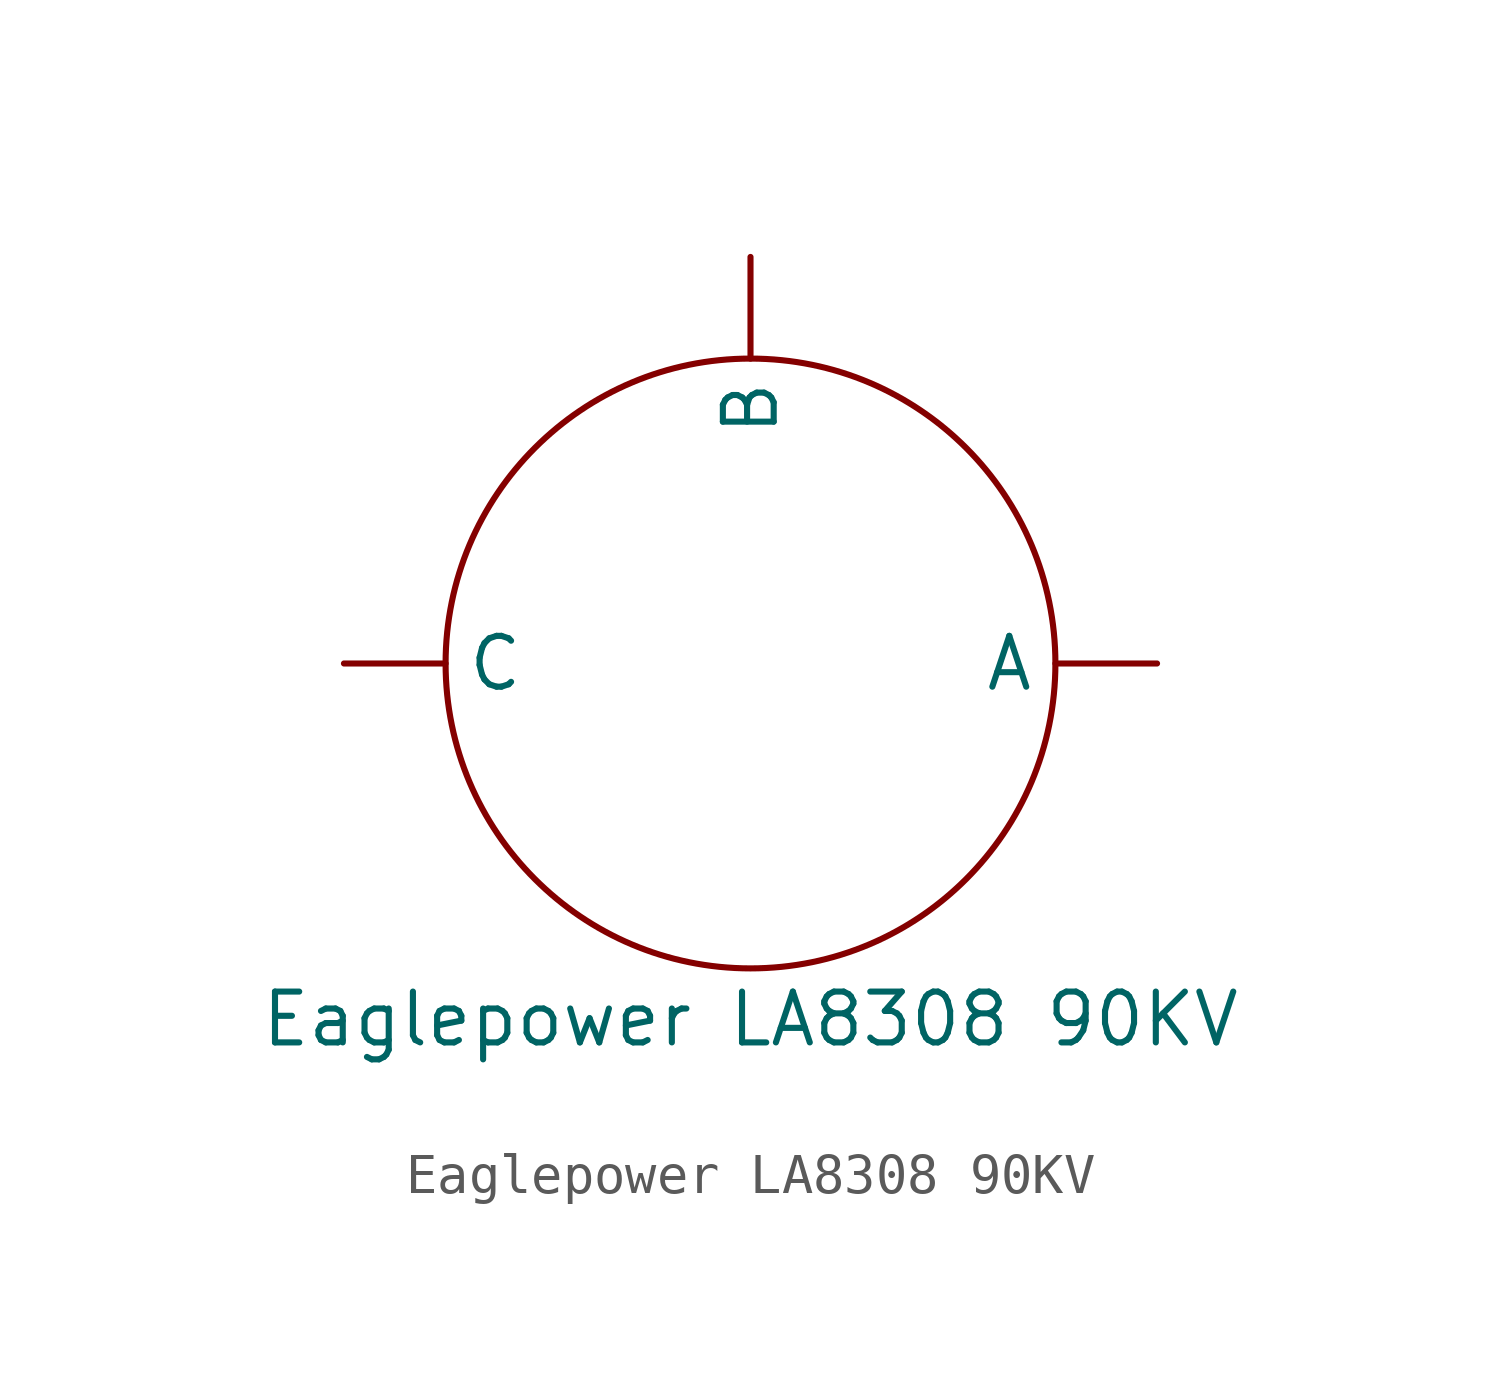
<source format=kicad_sym>
(kicad_symbol_lib
  (version 20211014)
  (generator kicad_symbol_editor)
  (symbol "Eaglepower LA8308 90KV"
    (property "Reference" "M"
      (at 0 -3.81 0)
      (effects (font (size 1.27 1.27)) hide))
    (property "Value" "Eaglepower LA8308 90KV"
      (at 0 -8.89 0)
      (effects (font (size 1.27 1.27))))
    (symbol "Eaglepower LA8308 90KV_0_1"
      (circle (center 0 0) (radius 7.62) (stroke (width 0) (type default) (color 0 0 0 0)) (fill (type none))))
    (symbol "Eaglepower LA8308 90KV_1_1"
      (pin input line (at 10.16 0 180) (length 2.54) (name "A" (effects (font (size 1.27 1.27)))) (number "" (effects (font (size 1.27 1.27)))))
      (pin input line (at 0 10.16 270) (length 2.54) (name "B" (effects (font (size 1.27 1.27)))) (number "" (effects (font (size 1.27 1.27)))))
      (pin input line (at -10.16 0 0) (length 2.54) (name "C" (effects (font (size 1.27 1.27)))) (number "" (effects (font (size 1.27 1.27))))))))
</source>
